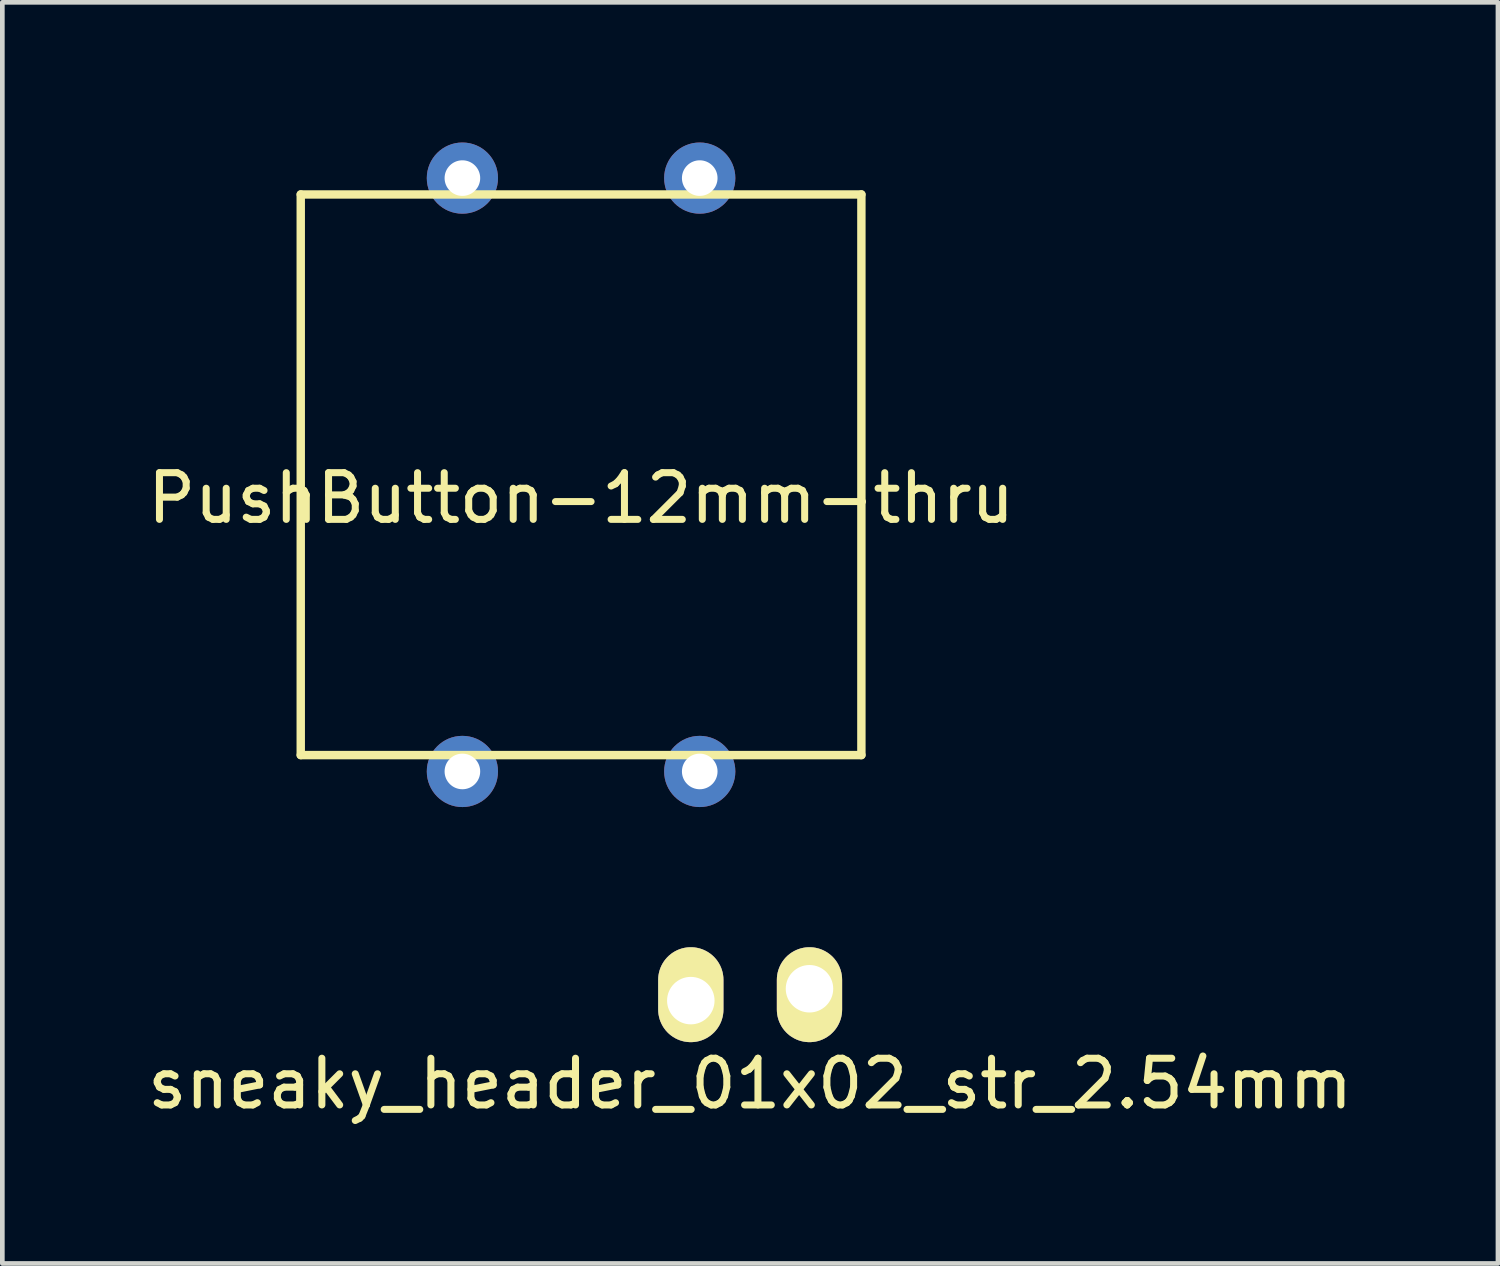
<source format=kicad_pcb>
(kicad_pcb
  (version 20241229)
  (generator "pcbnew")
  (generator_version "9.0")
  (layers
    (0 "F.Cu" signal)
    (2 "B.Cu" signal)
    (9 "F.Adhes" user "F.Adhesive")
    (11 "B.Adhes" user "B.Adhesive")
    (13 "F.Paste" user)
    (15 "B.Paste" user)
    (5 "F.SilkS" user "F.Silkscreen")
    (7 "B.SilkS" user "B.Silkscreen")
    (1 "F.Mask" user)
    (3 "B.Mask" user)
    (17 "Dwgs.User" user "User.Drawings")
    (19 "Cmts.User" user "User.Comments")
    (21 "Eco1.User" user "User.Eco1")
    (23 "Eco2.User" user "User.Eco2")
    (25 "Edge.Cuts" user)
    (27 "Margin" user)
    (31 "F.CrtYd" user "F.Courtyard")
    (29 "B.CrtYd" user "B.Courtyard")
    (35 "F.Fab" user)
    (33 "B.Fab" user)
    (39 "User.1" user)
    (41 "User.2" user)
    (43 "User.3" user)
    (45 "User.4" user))
  (footprint "sneaky_header_01x02_str_2.54mm"
    (layer "F.Cu")
    (at 11.736 18.24)
    (property "Reference" "sneaky_header_01x02_str_2.54mm" (at 1.27 1.905 0) (layer "F.SilkS") (effects (font (size 1 1) (thickness 0.15))))
    (attr through_hole)
    (pad "1" thru_hole oval (at 0 0.127) (size 1.397 2.032) (drill 1.016 (offset 0 -0.127)) (layers "*.Cu" "*.Mask" "F.SilkS"))
    (pad "2" thru_hole oval (at 2.54 -0.127) (size 1.397 2.032) (drill 1.016 (offset 0 0.127)) (layers "*.Cu" "*.Mask" "F.SilkS")))
  (footprint "PushButton-12mm-thru"
    (layer "F.Cu")
    (at 9.387 7.112)
    (property "Reference" "PushButton-12mm-thru" (at 0 0.5 0) (layer "F.SilkS") (effects (font (size 1 1) (thickness 0.15))))
    (attr through_hole)
    (fp_line (start -6 -6) (end 6 -6) (stroke (width 0.18) (type solid)) (layer "F.SilkS"))
    (fp_line (start -6 6) (end -6 -6) (stroke (width 0.18) (type solid)) (layer "F.SilkS"))
    (fp_line (start 6 -6) (end 6 6) (stroke (width 0.18) (type solid)) (layer "F.SilkS"))
    (fp_line (start 6 6) (end -6 6) (stroke (width 0.18) (type solid)) (layer "F.SilkS"))
    (pad "1" thru_hole circle (at -2.54 6.35) (size 1.524 1.524) (drill 0.762) (layers "*.Cu" "*.Mask"))
    (pad "2" thru_hole circle (at 2.54 6.35) (size 1.524 1.524) (drill 0.762) (layers "*.Cu" "*.Mask"))
    (pad "3" thru_hole circle (at -2.54 -6.35) (size 1.524 1.524) (drill 0.762) (layers "*.Cu" "*.Mask"))
    (pad "4" thru_hole circle (at 2.54 -6.35) (size 1.524 1.524) (drill 0.762) (layers "*.Cu" "*.Mask")))
  (gr_rect
    (start -3 -3)
    (end 29.012 23.993)
    (stroke (width 0.1) (type default))
    (fill no)
    (layer "Edge.Cuts")))
</source>
